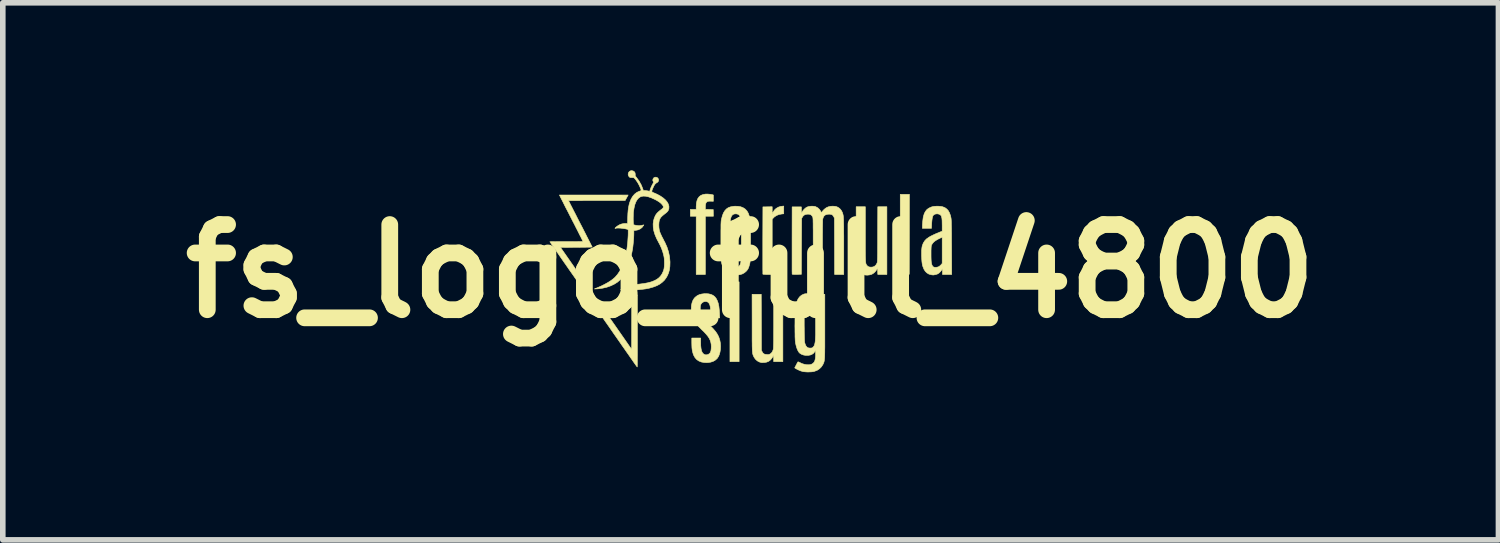
<source format=kicad_pcb>
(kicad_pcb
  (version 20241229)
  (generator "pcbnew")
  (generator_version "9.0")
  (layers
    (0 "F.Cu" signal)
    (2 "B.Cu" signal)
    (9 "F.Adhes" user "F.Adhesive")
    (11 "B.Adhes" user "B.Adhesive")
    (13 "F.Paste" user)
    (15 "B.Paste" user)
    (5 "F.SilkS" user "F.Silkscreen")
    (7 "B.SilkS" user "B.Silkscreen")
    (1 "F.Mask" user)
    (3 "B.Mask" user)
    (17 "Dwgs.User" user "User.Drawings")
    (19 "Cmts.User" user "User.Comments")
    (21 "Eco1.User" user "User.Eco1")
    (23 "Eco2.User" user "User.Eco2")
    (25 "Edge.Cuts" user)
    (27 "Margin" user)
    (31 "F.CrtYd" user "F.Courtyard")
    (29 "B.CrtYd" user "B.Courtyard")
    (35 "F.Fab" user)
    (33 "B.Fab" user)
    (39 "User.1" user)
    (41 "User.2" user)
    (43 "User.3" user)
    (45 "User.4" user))
  (footprint "fs_logo_full_4800"
    (layer "F.Cu")
    (at 10.385 1.804)
    (property "Reference" "fs_logo_full_4800" (at 0 0 0) (layer "F.SilkS") (effects (font (size 1.524 1.524) (thickness 0.3))))
    (attr through_hole)
    (fp_poly (pts (xy -0.206 1.619) (xy -0.37 1.619) (xy -0.37 0.191) (xy -0.206 0.191) (xy -0.206 1.619)) (stroke (width 0.01) (type solid)) (fill yes) (layer "F.SilkS"))
    (fp_poly (pts (xy 2.839 0.056) (xy 2.758 0.057) (xy 2.678 0.058) (xy 2.678 -1.376) (xy 2.842 -1.376) (xy 2.839 0.056)) (stroke (width 0.01) (type solid)) (fill yes) (layer "F.SilkS"))
    (fp_poly (pts (xy -0.74 -1.378) (xy -0.715 -1.375) (xy -0.696 -1.371) (xy -0.692 -1.371) (xy -0.667 -1.364) (xy -0.667 -1.251) (xy -0.711 -1.253) (xy -0.745 -1.253) (xy -0.77 -1.248) (xy -0.788 -1.237) (xy -0.8 -1.219) (xy -0.807 -1.194) (xy -0.81 -1.159) (xy -0.81 -1.151) (xy -0.81 -1.106) (xy -0.74 -1.105) (xy -0.669 -1.103) (xy -0.668 -1.044) (xy -0.666 -0.984) (xy -0.81 -0.984) (xy -0.81 0.058) (xy -0.974 0.058) (xy -0.974 -0.984) (xy -1.079 -0.984) (xy -1.079 -1.106) (xy -0.974 -1.106) (xy -0.974 -1.16) (xy -0.97 -1.216) (xy -0.96 -1.263) (xy -0.944 -1.302) (xy -0.92 -1.334) (xy -0.89 -1.357) (xy -0.852 -1.372) (xy -0.808 -1.38) (xy -0.765 -1.38) (xy -0.74 -1.378)) (stroke (width 0.01) (type solid)) (fill yes) (layer "F.SilkS"))
    (fp_poly (pts (xy 0.593 -1.028) (xy 0.558 -1.024) (xy 0.508 -1.015) (xy 0.464 -0.997) (xy 0.427 -0.973) (xy 0.403 -0.949) (xy 0.386 -0.929) (xy 0.386 0.058) (xy 0.304 0.058) (xy 0.27 0.058) (xy 0.246 0.057) (xy 0.23 0.056) (xy 0.222 0.054) (xy 0.219 0.052) (xy 0.219 0.046) (xy 0.219 0.03) (xy 0.219 0.004) (xy 0.218 -0.029) (xy 0.218 -0.071) (xy 0.218 -0.12) (xy 0.218 -0.175) (xy 0.218 -0.236) (xy 0.218 -0.303) (xy 0.218 -0.374) (xy 0.218 -0.448) (xy 0.218 -0.526) (xy 0.218 -0.553) (xy 0.22 -1.151) (xy 0.303 -1.152) (xy 0.386 -1.154) (xy 0.386 -1.025) (xy 0.402 -1.057) (xy 0.426 -1.094) (xy 0.458 -1.124) (xy 0.496 -1.146) (xy 0.538 -1.16) (xy 0.558 -1.162) (xy 0.593 -1.166) (xy 0.593 -1.028)) (stroke (width 0.01) (type solid)) (fill yes) (layer "F.SilkS"))
    (fp_poly (pts (xy 0.192 0.914) (xy 0.193 1.416) (xy 0.206 1.441) (xy 0.22 1.464) (xy 0.237 1.479) (xy 0.259 1.488) (xy 0.289 1.491) (xy 0.312 1.492) (xy 0.329 1.49) (xy 0.344 1.484) (xy 0.349 1.482) (xy 0.372 1.464) (xy 0.391 1.438) (xy 0.403 1.406) (xy 0.407 1.39) (xy 0.408 1.378) (xy 0.409 1.356) (xy 0.41 1.323) (xy 0.411 1.281) (xy 0.412 1.229) (xy 0.412 1.167) (xy 0.412 1.094) (xy 0.413 1.01) (xy 0.413 0.917) (xy 0.413 0.885) (xy 0.413 0.413) (xy 0.577 0.413) (xy 0.577 1.619) (xy 0.413 1.619) (xy 0.412 1.562) (xy 0.41 1.505) (xy 0.398 1.53) (xy 0.378 1.562) (xy 0.352 1.591) (xy 0.324 1.612) (xy 0.316 1.616) (xy 0.285 1.628) (xy 0.248 1.634) (xy 0.211 1.636) (xy 0.193 1.635) (xy 0.156 1.625) (xy 0.121 1.606) (xy 0.091 1.58) (xy 0.066 1.547) (xy 0.056 1.528) (xy 0.051 1.518) (xy 0.047 1.508) (xy 0.043 1.499) (xy 0.04 1.488) (xy 0.037 1.477) (xy 0.035 1.463) (xy 0.033 1.446) (xy 0.031 1.426) (xy 0.03 1.402) (xy 0.029 1.373) (xy 0.028 1.339) (xy 0.028 1.299) (xy 0.027 1.252) (xy 0.027 1.197) (xy 0.027 1.135) (xy 0.027 1.063) (xy 0.027 0.983) (xy 0.027 0.919) (xy 0.026 0.413) (xy 0.19 0.413) (xy 0.192 0.914)) (stroke (width 0.01) (type solid)) (fill yes) (layer "F.SilkS"))
    (fp_poly (pts (xy 2.053 -0.662) (xy 2.053 -0.577) (xy 2.053 -0.501) (xy 2.053 -0.435) (xy 2.053 -0.377) (xy 2.054 -0.327) (xy 2.054 -0.284) (xy 2.055 -0.249) (xy 2.056 -0.219) (xy 2.057 -0.194) (xy 2.058 -0.174) (xy 2.06 -0.158) (xy 2.062 -0.145) (xy 2.064 -0.135) (xy 2.067 -0.127) (xy 2.07 -0.12) (xy 2.074 -0.114) (xy 2.078 -0.109) (xy 2.079 -0.106) (xy 2.098 -0.087) (xy 2.122 -0.076) (xy 2.152 -0.072) (xy 2.156 -0.072) (xy 2.19 -0.076) (xy 2.218 -0.088) (xy 2.241 -0.109) (xy 2.259 -0.138) (xy 2.264 -0.149) (xy 2.265 -0.154) (xy 2.267 -0.159) (xy 2.268 -0.167) (xy 2.269 -0.177) (xy 2.27 -0.191) (xy 2.27 -0.208) (xy 2.271 -0.23) (xy 2.272 -0.257) (xy 2.272 -0.29) (xy 2.273 -0.329) (xy 2.273 -0.376) (xy 2.273 -0.43) (xy 2.274 -0.493) (xy 2.274 -0.565) (xy 2.274 -0.647) (xy 2.274 -0.663) (xy 2.276 -1.154) (xy 2.439 -1.154) (xy 2.439 0.058) (xy 2.276 0.058) (xy 2.274 -0.001) (xy 2.273 -0.061) (xy 2.26 -0.034) (xy 2.242 -0.006) (xy 2.218 0.021) (xy 2.19 0.043) (xy 2.164 0.057) (xy 2.125 0.067) (xy 2.086 0.071) (xy 2.048 0.068) (xy 2.037 0.066) (xy 1.998 0.05) (xy 1.963 0.025) (xy 1.935 -0.007) (xy 1.918 -0.034) (xy 1.913 -0.044) (xy 1.909 -0.053) (xy 1.906 -0.062) (xy 1.903 -0.072) (xy 1.9 -0.084) (xy 1.898 -0.098) (xy 1.896 -0.114) (xy 1.894 -0.134) (xy 1.893 -0.159) (xy 1.892 -0.188) (xy 1.891 -0.222) (xy 1.89 -0.263) (xy 1.89 -0.311) (xy 1.89 -0.366) (xy 1.889 -0.429) (xy 1.889 -0.501) (xy 1.889 -0.583) (xy 1.889 -0.644) (xy 1.889 -1.154) (xy 2.053 -1.154) (xy 2.053 -0.662)) (stroke (width 0.01) (type solid)) (fill yes) (layer "F.SilkS"))
    (fp_poly (pts (xy -0.754 0.405) (xy -0.711 0.415) (xy -0.675 0.431) (xy -0.643 0.455) (xy -0.618 0.486) (xy -0.597 0.526) (xy -0.58 0.573) (xy -0.568 0.63) (xy -0.561 0.696) (xy -0.557 0.753) (xy -0.554 0.836) (xy -0.713 0.836) (xy -0.716 0.74) (xy -0.717 0.694) (xy -0.72 0.658) (xy -0.724 0.629) (xy -0.73 0.606) (xy -0.737 0.588) (xy -0.747 0.571) (xy -0.749 0.568) (xy -0.768 0.552) (xy -0.791 0.543) (xy -0.817 0.542) (xy -0.842 0.549) (xy -0.866 0.563) (xy -0.875 0.572) (xy -0.886 0.586) (xy -0.894 0.602) (xy -0.899 0.621) (xy -0.901 0.646) (xy -0.902 0.679) (xy -0.902 0.683) (xy -0.9 0.714) (xy -0.895 0.743) (xy -0.887 0.771) (xy -0.874 0.799) (xy -0.856 0.828) (xy -0.833 0.859) (xy -0.803 0.894) (xy -0.765 0.933) (xy -0.736 0.963) (xy -0.692 1.007) (xy -0.657 1.045) (xy -0.627 1.081) (xy -0.604 1.114) (xy -0.585 1.147) (xy -0.569 1.181) (xy -0.557 1.216) (xy -0.55 1.241) (xy -0.541 1.289) (xy -0.538 1.342) (xy -0.54 1.396) (xy -0.548 1.448) (xy -0.562 1.495) (xy -0.574 1.524) (xy -0.598 1.561) (xy -0.63 1.59) (xy -0.669 1.613) (xy -0.715 1.628) (xy -0.766 1.636) (xy -0.823 1.635) (xy -0.833 1.634) (xy -0.883 1.625) (xy -0.927 1.607) (xy -0.965 1.581) (xy -0.996 1.546) (xy -1.02 1.503) (xy -1.027 1.484) (xy -1.037 1.45) (xy -1.045 1.415) (xy -1.05 1.375) (xy -1.052 1.328) (xy -1.053 1.285) (xy -1.053 1.196) (xy -0.894 1.196) (xy -0.894 1.277) (xy -0.893 1.332) (xy -0.888 1.379) (xy -0.881 1.416) (xy -0.87 1.446) (xy -0.855 1.469) (xy -0.837 1.485) (xy -0.837 1.485) (xy -0.813 1.496) (xy -0.786 1.497) (xy -0.76 1.49) (xy -0.737 1.475) (xy -0.729 1.467) (xy -0.717 1.446) (xy -0.709 1.418) (xy -0.705 1.381) (xy -0.704 1.35) (xy -0.706 1.309) (xy -0.713 1.271) (xy -0.725 1.234) (xy -0.743 1.198) (xy -0.768 1.161) (xy -0.801 1.122) (xy -0.841 1.079) (xy -0.873 1.049) (xy -0.925 0.996) (xy -0.968 0.946) (xy -1.003 0.898) (xy -1.029 0.85) (xy -1.047 0.801) (xy -1.058 0.751) (xy -1.063 0.697) (xy -1.063 0.68) (xy -1.06 0.619) (xy -1.049 0.566) (xy -1.032 0.521) (xy -1.008 0.483) (xy -0.989 0.464) (xy -0.956 0.438) (xy -0.919 0.42) (xy -0.878 0.409) (xy -0.831 0.403) (xy -0.802 0.402) (xy -0.754 0.405)) (stroke (width 0.01) (type solid)) (fill yes) (layer "F.SilkS"))
    (fp_poly (pts (xy 1.51 -1.161) (xy 1.544 -1.153) (xy 1.576 -1.136) (xy 1.605 -1.111) (xy 1.628 -1.08) (xy 1.64 -1.055) (xy 1.645 -1.044) (xy 1.648 -1.033) (xy 1.652 -1.022) (xy 1.654 -1.01) (xy 1.657 -0.997) (xy 1.659 -0.981) (xy 1.661 -0.962) (xy 1.662 -0.94) (xy 1.664 -0.914) (xy 1.664 -0.883) (xy 1.665 -0.846) (xy 1.666 -0.803) (xy 1.666 -0.752) (xy 1.666 -0.694) (xy 1.667 -0.628) (xy 1.667 -0.553) (xy 1.667 -0.468) (xy 1.667 -0.443) (xy 1.667 0.058) (xy 1.503 0.058) (xy 1.502 -0.446) (xy 1.5 -0.95) (xy 1.488 -0.975) (xy 1.474 -0.996) (xy 1.458 -1.011) (xy 1.436 -1.018) (xy 1.407 -1.021) (xy 1.402 -1.021) (xy 1.365 -1.017) (xy 1.336 -1.006) (xy 1.314 -0.987) (xy 1.299 -0.96) (xy 1.292 -0.936) (xy 1.29 -0.925) (xy 1.289 -0.905) (xy 1.289 -0.874) (xy 1.288 -0.833) (xy 1.287 -0.781) (xy 1.287 -0.719) (xy 1.286 -0.647) (xy 1.286 -0.565) (xy 1.286 -0.472) (xy 1.286 -0.426) (xy 1.286 0.058) (xy 1.122 0.058) (xy 1.121 -0.448) (xy 1.12 -0.533) (xy 1.12 -0.608) (xy 1.12 -0.673) (xy 1.12 -0.73) (xy 1.119 -0.778) (xy 1.119 -0.82) (xy 1.119 -0.854) (xy 1.118 -0.883) (xy 1.118 -0.906) (xy 1.117 -0.925) (xy 1.116 -0.939) (xy 1.115 -0.95) (xy 1.114 -0.959) (xy 1.113 -0.965) (xy 1.111 -0.97) (xy 1.11 -0.973) (xy 1.108 -0.976) (xy 1.093 -0.998) (xy 1.074 -1.012) (xy 1.05 -1.02) (xy 1.025 -1.021) (xy 0.99 -1.018) (xy 0.963 -1.007) (xy 0.94 -0.988) (xy 0.928 -0.97) (xy 0.913 -0.945) (xy 0.91 -0.445) (xy 0.908 0.056) (xy 0.827 0.057) (xy 0.794 0.057) (xy 0.77 0.057) (xy 0.755 0.056) (xy 0.746 0.054) (xy 0.743 0.052) (xy 0.743 0.046) (xy 0.743 0.03) (xy 0.742 0.004) (xy 0.742 -0.029) (xy 0.742 -0.071) (xy 0.742 -0.12) (xy 0.742 -0.175) (xy 0.742 -0.236) (xy 0.742 -0.303) (xy 0.742 -0.374) (xy 0.742 -0.448) (xy 0.742 -0.526) (xy 0.742 -0.553) (xy 0.743 -1.151) (xy 0.908 -1.151) (xy 0.909 -1.093) (xy 0.911 -1.035) (xy 0.923 -1.061) (xy 0.94 -1.088) (xy 0.964 -1.114) (xy 0.991 -1.137) (xy 1.013 -1.149) (xy 1.044 -1.158) (xy 1.079 -1.163) (xy 1.116 -1.163) (xy 1.15 -1.159) (xy 1.165 -1.154) (xy 1.201 -1.135) (xy 1.231 -1.107) (xy 1.253 -1.075) (xy 1.269 -1.047) (xy 1.28 -1.065) (xy 1.295 -1.084) (xy 1.315 -1.105) (xy 1.338 -1.124) (xy 1.355 -1.136) (xy 1.388 -1.151) (xy 1.428 -1.161) (xy 1.469 -1.164) (xy 1.51 -1.161)) (stroke (width 0.01) (type solid)) (fill yes) (layer "F.SilkS"))
    (fp_poly (pts (xy 3.362 -1.163) (xy 3.398 -1.16) (xy 3.429 -1.155) (xy 3.443 -1.151) (xy 3.481 -1.135) (xy 3.512 -1.112) (xy 3.539 -1.082) (xy 3.56 -1.043) (xy 3.577 -0.996) (xy 3.586 -0.956) (xy 3.587 -0.948) (xy 3.589 -0.938) (xy 3.59 -0.925) (xy 3.591 -0.91) (xy 3.592 -0.891) (xy 3.593 -0.868) (xy 3.593 -0.84) (xy 3.594 -0.806) (xy 3.595 -0.766) (xy 3.595 -0.719) (xy 3.596 -0.664) (xy 3.596 -0.601) (xy 3.596 -0.528) (xy 3.597 -0.446) (xy 3.597 -0.427) (xy 3.599 0.058) (xy 3.434 0.058) (xy 3.434 -0.045) (xy 3.423 -0.026) (xy 3.408 -0.005) (xy 3.389 0.016) (xy 3.369 0.035) (xy 3.35 0.047) (xy 3.349 0.048) (xy 3.333 0.054) (xy 3.313 0.06) (xy 3.3 0.063) (xy 3.282 0.066) (xy 3.27 0.068) (xy 3.259 0.067) (xy 3.246 0.066) (xy 3.231 0.063) (xy 3.191 0.052) (xy 3.156 0.031) (xy 3.126 0.002) (xy 3.102 -0.036) (xy 3.083 -0.084) (xy 3.077 -0.103) (xy 3.071 -0.133) (xy 3.066 -0.171) (xy 3.063 -0.213) (xy 3.061 -0.258) (xy 3.06 -0.269) (xy 3.229 -0.269) (xy 3.23 -0.22) (xy 3.232 -0.179) (xy 3.236 -0.147) (xy 3.242 -0.121) (xy 3.25 -0.102) (xy 3.26 -0.087) (xy 3.271 -0.077) (xy 3.287 -0.071) (xy 3.308 -0.069) (xy 3.332 -0.071) (xy 3.355 -0.076) (xy 3.363 -0.079) (xy 3.378 -0.088) (xy 3.396 -0.103) (xy 3.407 -0.114) (xy 3.429 -0.139) (xy 3.429 -0.608) (xy 3.395 -0.593) (xy 3.348 -0.57) (xy 3.31 -0.547) (xy 3.281 -0.525) (xy 3.258 -0.5) (xy 3.243 -0.476) (xy 3.239 -0.468) (xy 3.236 -0.46) (xy 3.234 -0.45) (xy 3.232 -0.438) (xy 3.231 -0.42) (xy 3.23 -0.397) (xy 3.229 -0.365) (xy 3.229 -0.327) (xy 3.229 -0.269) (xy 3.06 -0.269) (xy 3.06 -0.303) (xy 3.06 -0.348) (xy 3.062 -0.388) (xy 3.066 -0.423) (xy 3.071 -0.45) (xy 3.072 -0.455) (xy 3.09 -0.502) (xy 3.114 -0.541) (xy 3.145 -0.575) (xy 3.186 -0.604) (xy 3.188 -0.606) (xy 3.224 -0.627) (xy 3.269 -0.649) (xy 3.319 -0.672) (xy 3.374 -0.694) (xy 3.377 -0.696) (xy 3.429 -0.716) (xy 3.429 -0.814) (xy 3.428 -0.867) (xy 3.427 -0.909) (xy 3.424 -0.943) (xy 3.419 -0.968) (xy 3.413 -0.987) (xy 3.409 -0.995) (xy 3.391 -1.012) (xy 3.368 -1.022) (xy 3.342 -1.027) (xy 3.316 -1.025) (xy 3.292 -1.018) (xy 3.273 -1.004) (xy 3.263 -0.991) (xy 3.256 -0.972) (xy 3.25 -0.944) (xy 3.245 -0.907) (xy 3.241 -0.861) (xy 3.24 -0.841) (xy 3.237 -0.767) (xy 3.074 -0.767) (xy 3.075 -0.798) (xy 3.075 -0.827) (xy 3.078 -0.861) (xy 3.081 -0.897) (xy 3.085 -0.932) (xy 3.089 -0.962) (xy 3.094 -0.984) (xy 3.109 -1.033) (xy 3.131 -1.073) (xy 3.158 -1.106) (xy 3.193 -1.13) (xy 3.235 -1.149) (xy 3.264 -1.157) (xy 3.291 -1.161) (xy 3.326 -1.163) (xy 3.362 -1.163)) (stroke (width 0.01) (type solid)) (fill yes) (layer "F.SilkS"))
    (fp_poly (pts (xy -0.228 -1.162) (xy -0.177 -1.153) (xy -0.134 -1.136) (xy -0.097 -1.112) (xy -0.066 -1.079) (xy -0.042 -1.038) (xy -0.024 -0.988) (xy -0.022 -0.978) (xy -0.017 -0.96) (xy -0.013 -0.942) (xy -0.01 -0.923) (xy -0.007 -0.902) (xy -0.005 -0.879) (xy -0.004 -0.852) (xy -0.002 -0.821) (xy -0.001 -0.784) (xy -0.001 -0.741) (xy -0.001 -0.691) (xy -0.001 -0.633) (xy -0.001 -0.566) (xy -0.001 -0.511) (xy -0.002 -0.444) (xy -0.002 -0.386) (xy -0.003 -0.338) (xy -0.003 -0.297) (xy -0.004 -0.263) (xy -0.005 -0.236) (xy -0.005 -0.213) (xy -0.006 -0.195) (xy -0.008 -0.18) (xy -0.009 -0.168) (xy -0.011 -0.157) (xy -0.013 -0.146) (xy -0.014 -0.14) (xy -0.025 -0.099) (xy -0.035 -0.067) (xy -0.047 -0.041) (xy -0.062 -0.019) (xy -0.074 -0.004) (xy -0.108 0.026) (xy -0.146 0.048) (xy -0.186 0.061) (xy -0.214 0.065) (xy -0.248 0.068) (xy -0.283 0.068) (xy -0.316 0.066) (xy -0.344 0.062) (xy -0.348 0.061) (xy -0.39 0.046) (xy -0.426 0.025) (xy -0.456 -0.001) (xy -0.48 -0.035) (xy -0.499 -0.076) (xy -0.514 -0.127) (xy -0.522 -0.161) (xy -0.524 -0.173) (xy -0.526 -0.185) (xy -0.527 -0.198) (xy -0.528 -0.213) (xy -0.529 -0.232) (xy -0.53 -0.254) (xy -0.531 -0.281) (xy -0.531 -0.314) (xy -0.531 -0.354) (xy -0.532 -0.401) (xy -0.532 -0.439) (xy -0.37 -0.439) (xy -0.369 -0.376) (xy -0.369 -0.322) (xy -0.368 -0.276) (xy -0.366 -0.236) (xy -0.363 -0.203) (xy -0.36 -0.175) (xy -0.356 -0.152) (xy -0.351 -0.134) (xy -0.345 -0.119) (xy -0.338 -0.106) (xy -0.33 -0.096) (xy -0.321 -0.086) (xy -0.32 -0.085) (xy -0.308 -0.076) (xy -0.297 -0.071) (xy -0.282 -0.069) (xy -0.268 -0.069) (xy -0.242 -0.071) (xy -0.223 -0.077) (xy -0.218 -0.079) (xy -0.201 -0.096) (xy -0.186 -0.121) (xy -0.176 -0.157) (xy -0.174 -0.167) (xy -0.172 -0.181) (xy -0.171 -0.203) (xy -0.17 -0.234) (xy -0.169 -0.272) (xy -0.168 -0.316) (xy -0.167 -0.365) (xy -0.167 -0.417) (xy -0.166 -0.473) (xy -0.166 -0.529) (xy -0.166 -0.586) (xy -0.166 -0.643) (xy -0.167 -0.697) (xy -0.167 -0.748) (xy -0.168 -0.796) (xy -0.169 -0.837) (xy -0.17 -0.873) (xy -0.171 -0.901) (xy -0.172 -0.92) (xy -0.173 -0.928) (xy -0.184 -0.966) (xy -0.197 -0.994) (xy -0.215 -1.013) (xy -0.238 -1.023) (xy -0.264 -1.027) (xy -0.293 -1.024) (xy -0.316 -1.015) (xy -0.334 -0.998) (xy -0.348 -0.973) (xy -0.358 -0.942) (xy -0.36 -0.933) (xy -0.361 -0.923) (xy -0.363 -0.911) (xy -0.364 -0.895) (xy -0.365 -0.875) (xy -0.366 -0.85) (xy -0.367 -0.819) (xy -0.367 -0.781) (xy -0.368 -0.736) (xy -0.368 -0.682) (xy -0.369 -0.619) (xy -0.369 -0.593) (xy -0.369 -0.511) (xy -0.37 -0.439) (xy -0.532 -0.439) (xy -0.532 -0.456) (xy -0.532 -0.521) (xy -0.532 -0.55) (xy -0.532 -0.618) (xy -0.532 -0.677) (xy -0.532 -0.727) (xy -0.531 -0.768) (xy -0.531 -0.803) (xy -0.531 -0.831) (xy -0.53 -0.855) (xy -0.529 -0.874) (xy -0.528 -0.889) (xy -0.527 -0.902) (xy -0.525 -0.913) (xy -0.523 -0.923) (xy -0.521 -0.934) (xy -0.52 -0.937) (xy -0.505 -0.994) (xy -0.486 -1.043) (xy -0.462 -1.082) (xy -0.434 -1.113) (xy -0.401 -1.136) (xy -0.362 -1.151) (xy -0.316 -1.16) (xy -0.286 -1.163) (xy -0.228 -1.162)) (stroke (width 0.01) (type solid)) (fill yes) (layer "F.SilkS"))
    (fp_poly (pts (xy -3.138 -1.364) (xy -3.071 -1.364) (xy -3 -1.364) (xy -2.926 -1.364) (xy -2.847 -1.364) (xy -2.806 -1.364) (xy -2.192 -1.363) (xy -2.246 -1.265) (xy -2.753 -1.265) (xy -2.825 -1.265) (xy -2.894 -1.265) (xy -2.96 -1.265) (xy -3.021 -1.264) (xy -3.076 -1.264) (xy -3.126 -1.264) (xy -3.169 -1.264) (xy -3.204 -1.264) (xy -3.232 -1.264) (xy -3.25 -1.264) (xy -3.259 -1.263) (xy -3.26 -1.263) (xy -3.257 -1.258) (xy -3.25 -1.245) (xy -3.239 -1.223) (xy -3.225 -1.194) (xy -3.206 -1.158) (xy -3.185 -1.117) (xy -3.161 -1.07) (xy -3.134 -1.018) (xy -3.106 -0.962) (xy -3.076 -0.903) (xy -3.048 -0.849) (xy -3.016 -0.788) (xy -2.986 -0.729) (xy -2.958 -0.674) (xy -2.932 -0.622) (xy -2.908 -0.575) (xy -2.887 -0.534) (xy -2.869 -0.499) (xy -2.855 -0.471) (xy -2.844 -0.45) (xy -2.838 -0.437) (xy -2.836 -0.433) (xy -2.841 -0.432) (xy -2.856 -0.431) (xy -2.88 -0.43) (xy -2.911 -0.43) (xy -2.948 -0.429) (xy -2.992 -0.428) (xy -3.04 -0.428) (xy -3.092 -0.427) (xy -3.12 -0.427) (xy -3.403 -0.426) (xy -2.766 0.487) (xy -2.13 1.399) (xy -2.129 0.911) (xy -2.127 0.423) (xy -2.027 0.423) (xy -2.027 1.069) (xy -2.027 1.151) (xy -2.027 1.229) (xy -2.027 1.304) (xy -2.027 1.375) (xy -2.027 1.441) (xy -2.027 1.502) (xy -2.028 1.556) (xy -2.028 1.603) (xy -2.028 1.643) (xy -2.028 1.674) (xy -2.029 1.697) (xy -2.029 1.711) (xy -2.029 1.714) (xy -2.033 1.711) (xy -2.041 1.7) (xy -2.052 1.685) (xy -2.055 1.681) (xy -2.064 1.669) (xy -2.078 1.649) (xy -2.097 1.622) (xy -2.121 1.587) (xy -2.15 1.546) (xy -2.182 1.499) (xy -2.219 1.447) (xy -2.259 1.389) (xy -2.303 1.327) (xy -2.349 1.26) (xy -2.398 1.19) (xy -2.45 1.116) (xy -2.503 1.039) (xy -2.558 0.96) (xy -2.615 0.879) (xy -2.672 0.796) (xy -2.731 0.712) (xy -2.79 0.628) (xy -2.849 0.543) (xy -2.908 0.458) (xy -2.967 0.374) (xy -3.024 0.291) (xy -3.081 0.21) (xy -3.136 0.13) (xy -3.19 0.053) (xy -3.242 -0.021) (xy -3.291 -0.092) (xy -3.338 -0.159) (xy -3.382 -0.222) (xy -3.422 -0.28) (xy -3.459 -0.334) (xy -3.492 -0.381) (xy -3.521 -0.423) (xy -3.546 -0.458) (xy -3.566 -0.487) (xy -3.58 -0.508) (xy -3.589 -0.521) (xy -3.593 -0.527) (xy -3.593 -0.527) (xy -3.588 -0.527) (xy -3.573 -0.528) (xy -3.55 -0.528) (xy -3.518 -0.528) (xy -3.48 -0.529) (xy -3.437 -0.529) (xy -3.388 -0.529) (xy -3.335 -0.529) (xy -3.297 -0.529) (xy -3.242 -0.529) (xy -3.19 -0.529) (xy -3.143 -0.53) (xy -3.101 -0.53) (xy -3.065 -0.531) (xy -3.036 -0.531) (xy -3.015 -0.532) (xy -3.003 -0.533) (xy -3 -0.533) (xy -3.003 -0.539) (xy -3.01 -0.553) (xy -3.021 -0.575) (xy -3.035 -0.604) (xy -3.054 -0.64) (xy -3.075 -0.682) (xy -3.099 -0.73) (xy -3.126 -0.782) (xy -3.154 -0.838) (xy -3.185 -0.897) (xy -3.212 -0.95) (xy -3.243 -1.011) (xy -3.273 -1.07) (xy -3.302 -1.125) (xy -3.328 -1.176) (xy -3.351 -1.223) (xy -3.372 -1.264) (xy -3.39 -1.299) (xy -3.404 -1.327) (xy -3.414 -1.347) (xy -3.42 -1.36) (xy -3.422 -1.364) (xy -3.416 -1.364) (xy -3.401 -1.364) (xy -3.376 -1.364) (xy -3.343 -1.364) (xy -3.302 -1.364) (xy -3.254 -1.364) (xy -3.199 -1.364) (xy -3.138 -1.364)) (stroke (width 0.01) (type solid)) (fill yes) (layer "F.SilkS"))
    (fp_poly (pts (xy 1.024 0.403) (xy 1.063 0.408) (xy 1.095 0.418) (xy 1.12 0.435) (xy 1.141 0.459) (xy 1.153 0.479) (xy 1.164 0.5) (xy 1.164 0.456) (xy 1.164 0.413) (xy 1.328 0.413) (xy 1.328 0.981) (xy 1.328 1.075) (xy 1.328 1.159) (xy 1.328 1.234) (xy 1.328 1.299) (xy 1.328 1.357) (xy 1.327 1.408) (xy 1.327 1.451) (xy 1.326 1.489) (xy 1.325 1.52) (xy 1.324 1.547) (xy 1.322 1.57) (xy 1.32 1.588) (xy 1.318 1.604) (xy 1.315 1.617) (xy 1.312 1.629) (xy 1.308 1.639) (xy 1.304 1.649) (xy 1.3 1.659) (xy 1.294 1.669) (xy 1.294 1.67) (xy 1.268 1.711) (xy 1.234 1.745) (xy 1.194 1.772) (xy 1.146 1.791) (xy 1.123 1.797) (xy 1.095 1.801) (xy 1.06 1.803) (xy 1.022 1.804) (xy 0.985 1.802) (xy 0.953 1.799) (xy 0.939 1.797) (xy 0.894 1.784) (xy 0.85 1.765) (xy 0.815 1.747) (xy 0.789 1.73) (xy 0.816 1.678) (xy 0.827 1.657) (xy 0.837 1.639) (xy 0.844 1.627) (xy 0.847 1.623) (xy 0.853 1.623) (xy 0.865 1.627) (xy 0.879 1.634) (xy 0.918 1.653) (xy 0.96 1.666) (xy 1.001 1.674) (xy 1.04 1.675) (xy 1.064 1.673) (xy 1.095 1.663) (xy 1.119 1.647) (xy 1.138 1.626) (xy 1.151 1.597) (xy 1.159 1.56) (xy 1.163 1.515) (xy 1.163 1.481) (xy 1.162 1.416) (xy 1.15 1.437) (xy 1.129 1.466) (xy 1.1 1.487) (xy 1.069 1.5) (xy 1.029 1.507) (xy 0.989 1.507) (xy 0.95 1.501) (xy 0.915 1.489) (xy 0.885 1.472) (xy 0.864 1.451) (xy 0.845 1.419) (xy 0.828 1.379) (xy 0.814 1.332) (xy 0.803 1.282) (xy 0.8 1.257) (xy 0.798 1.237) (xy 0.797 1.209) (xy 0.795 1.173) (xy 0.795 1.13) (xy 0.794 1.083) (xy 0.794 1.033) (xy 0.793 0.98) (xy 0.794 0.927) (xy 0.794 0.875) (xy 0.794 0.869) (xy 0.959 0.869) (xy 0.959 0.919) (xy 0.959 0.97) (xy 0.96 1.022) (xy 0.96 1.072) (xy 0.961 1.119) (xy 0.962 1.163) (xy 0.963 1.201) (xy 0.964 1.234) (xy 0.966 1.258) (xy 0.967 1.274) (xy 0.968 1.278) (xy 0.978 1.311) (xy 0.992 1.339) (xy 1.009 1.359) (xy 1.015 1.364) (xy 1.03 1.371) (xy 1.046 1.375) (xy 1.068 1.376) (xy 1.087 1.375) (xy 1.099 1.373) (xy 1.109 1.368) (xy 1.119 1.358) (xy 1.128 1.348) (xy 1.136 1.336) (xy 1.143 1.32) (xy 1.148 1.302) (xy 1.153 1.279) (xy 1.157 1.251) (xy 1.159 1.217) (xy 1.161 1.177) (xy 1.163 1.129) (xy 1.163 1.074) (xy 1.163 1.009) (xy 1.163 0.935) (xy 1.163 0.91) (xy 1.162 0.848) (xy 1.161 0.795) (xy 1.161 0.751) (xy 1.16 0.716) (xy 1.159 0.687) (xy 1.158 0.664) (xy 1.156 0.647) (xy 1.155 0.634) (xy 1.153 0.625) (xy 1.153 0.624) (xy 1.142 0.591) (xy 1.128 0.567) (xy 1.112 0.551) (xy 1.09 0.543) (xy 1.063 0.54) (xy 1.061 0.54) (xy 1.032 0.543) (xy 1.009 0.553) (xy 0.991 0.571) (xy 0.977 0.597) (xy 0.967 0.633) (xy 0.963 0.662) (xy 0.961 0.679) (xy 0.96 0.705) (xy 0.96 0.738) (xy 0.959 0.777) (xy 0.959 0.821) (xy 0.959 0.869) (xy 0.794 0.869) (xy 0.795 0.825) (xy 0.795 0.778) (xy 0.797 0.736) (xy 0.798 0.7) (xy 0.799 0.672) (xy 0.801 0.653) (xy 0.801 0.651) (xy 0.814 0.589) (xy 0.831 0.536) (xy 0.852 0.492) (xy 0.879 0.457) (xy 0.911 0.43) (xy 0.945 0.413) (xy 0.963 0.407) (xy 0.98 0.404) (xy 1 0.403) (xy 1.024 0.403)) (stroke (width 0.01) (type solid)) (fill yes) (layer "F.SilkS"))
    (fp_poly (pts (xy -2.105 -1.795) (xy -2.084 -1.783) (xy -2.07 -1.764) (xy -2.065 -1.74) (xy -2.065 -1.728) (xy -2.066 -1.715) (xy -2.063 -1.705) (xy -2.055 -1.693) (xy -2.045 -1.68) (xy -1.998 -1.616) (xy -1.959 -1.547) (xy -1.934 -1.486) (xy -1.92 -1.445) (xy -1.9 -1.445) (xy -1.882 -1.443) (xy -1.858 -1.44) (xy -1.834 -1.436) (xy -1.815 -1.431) (xy -1.814 -1.431) (xy -1.806 -1.432) (xy -1.804 -1.436) (xy -1.802 -1.447) (xy -1.796 -1.465) (xy -1.788 -1.487) (xy -1.778 -1.511) (xy -1.767 -1.534) (xy -1.757 -1.554) (xy -1.754 -1.559) (xy -1.744 -1.576) (xy -1.739 -1.586) (xy -1.739 -1.594) (xy -1.742 -1.601) (xy -1.743 -1.604) (xy -1.751 -1.624) (xy -1.749 -1.644) (xy -1.744 -1.656) (xy -1.731 -1.673) (xy -1.714 -1.681) (xy -1.697 -1.683) (xy -1.676 -1.678) (xy -1.659 -1.665) (xy -1.649 -1.646) (xy -1.648 -1.643) (xy -1.648 -1.619) (xy -1.657 -1.6) (xy -1.676 -1.585) (xy -1.681 -1.583) (xy -1.696 -1.573) (xy -1.71 -1.559) (xy -1.724 -1.539) (xy -1.738 -1.512) (xy -1.75 -1.486) (xy -1.761 -1.459) (xy -1.767 -1.441) (xy -1.768 -1.428) (xy -1.764 -1.419) (xy -1.754 -1.412) (xy -1.738 -1.405) (xy -1.733 -1.403) (xy -1.669 -1.375) (xy -1.613 -1.344) (xy -1.565 -1.311) (xy -1.525 -1.276) (xy -1.495 -1.24) (xy -1.474 -1.203) (xy -1.463 -1.166) (xy -1.462 -1.156) (xy -1.463 -1.12) (xy -1.474 -1.088) (xy -1.485 -1.072) (xy -1.494 -1.062) (xy -1.509 -1.048) (xy -1.529 -1.032) (xy -1.546 -1.019) (xy -1.58 -0.991) (xy -1.605 -0.966) (xy -1.622 -0.94) (xy -1.634 -0.911) (xy -1.64 -0.877) (xy -1.643 -0.835) (xy -1.643 -0.82) (xy -1.641 -0.78) (xy -1.636 -0.744) (xy -1.628 -0.709) (xy -1.614 -0.674) (xy -1.595 -0.633) (xy -1.591 -0.624) (xy -1.579 -0.601) (xy -1.564 -0.573) (xy -1.549 -0.542) (xy -1.535 -0.517) (xy -1.497 -0.432) (xy -1.469 -0.345) (xy -1.451 -0.258) (xy -1.443 -0.17) (xy -1.443 -0.153) (xy -1.445 -0.086) (xy -1.453 -0.026) (xy -1.468 0.029) (xy -1.489 0.079) (xy -1.511 0.117) (xy -1.543 0.161) (xy -1.582 0.198) (xy -1.626 0.231) (xy -1.678 0.259) (xy -1.738 0.282) (xy -1.807 0.302) (xy -1.823 0.306) (xy -1.875 0.316) (xy -1.936 0.324) (xy -2.002 0.331) (xy -2.073 0.335) (xy -2.146 0.336) (xy -2.218 0.336) (xy -2.26 0.334) (xy -2.326 0.331) (xy -2.291 0.311) (xy -2.241 0.288) (xy -2.181 0.267) (xy -2.112 0.25) (xy -2.034 0.236) (xy -1.984 0.23) (xy -1.906 0.22) (xy -1.838 0.207) (xy -1.778 0.191) (xy -1.727 0.171) (xy -1.683 0.149) (xy -1.646 0.122) (xy -1.615 0.091) (xy -1.59 0.056) (xy -1.581 0.039) (xy -1.567 0.009) (xy -1.556 -0.02) (xy -1.549 -0.05) (xy -1.545 -0.085) (xy -1.543 -0.126) (xy -1.543 -0.151) (xy -1.544 -0.186) (xy -1.545 -0.214) (xy -1.547 -0.238) (xy -1.551 -0.262) (xy -1.557 -0.289) (xy -1.557 -0.289) (xy -1.574 -0.351) (xy -1.597 -0.414) (xy -1.624 -0.473) (xy -1.642 -0.507) (xy -1.682 -0.583) (xy -1.712 -0.654) (xy -1.733 -0.722) (xy -1.743 -0.786) (xy -1.745 -0.847) (xy -1.737 -0.906) (xy -1.726 -0.945) (xy -1.714 -0.975) (xy -1.702 -1.001) (xy -1.686 -1.025) (xy -1.667 -1.047) (xy -1.642 -1.07) (xy -1.61 -1.096) (xy -1.587 -1.113) (xy -1.57 -1.129) (xy -1.562 -1.145) (xy -1.564 -1.162) (xy -1.576 -1.183) (xy -1.577 -1.184) (xy -1.602 -1.212) (xy -1.637 -1.24) (xy -1.682 -1.268) (xy -1.717 -1.286) (xy -1.777 -1.313) (xy -1.832 -1.332) (xy -1.88 -1.342) (xy -1.922 -1.344) (xy -1.958 -1.337) (xy -1.971 -1.332) (xy -2.003 -1.311) (xy -2.03 -1.281) (xy -2.053 -1.241) (xy -2.072 -1.192) (xy -2.086 -1.132) (xy -2.095 -1.074) (xy -2.098 -1.05) (xy -2.099 -1.021) (xy -2.1 -0.989) (xy -2.101 -0.956) (xy -2.101 -0.923) (xy -2.1 -0.893) (xy -2.099 -0.867) (xy -2.097 -0.847) (xy -2.095 -0.836) (xy -2.094 -0.835) (xy -2.086 -0.829) (xy -2.071 -0.825) (xy -2.046 -0.82) (xy -2.036 -0.819) (xy -2.01 -0.816) (xy -1.989 -0.816) (xy -1.971 -0.817) (xy -1.95 -0.82) (xy -1.948 -0.821) (xy -1.911 -0.829) (xy -1.92 -0.814) (xy -1.944 -0.782) (xy -1.975 -0.758) (xy -2.013 -0.74) (xy -2.054 -0.732) (xy -2.056 -0.732) (xy -2.09 -0.729) (xy -2.09 -0.67) (xy -2.091 -0.633) (xy -2.093 -0.589) (xy -2.097 -0.54) (xy -2.102 -0.49) (xy -2.107 -0.443) (xy -2.113 -0.399) (xy -2.114 -0.393) (xy -2.132 -0.298) (xy -2.154 -0.208) (xy -2.179 -0.125) (xy -2.208 -0.049) (xy -2.24 0.019) (xy -2.275 0.079) (xy -2.312 0.129) (xy -2.337 0.156) (xy -2.385 0.197) (xy -2.441 0.232) (xy -2.504 0.262) (xy -2.572 0.286) (xy -2.644 0.303) (xy -2.718 0.314) (xy -2.743 0.316) (xy -2.797 0.318) (xy -2.744 0.296) (xy -2.677 0.267) (xy -2.613 0.235) (xy -2.555 0.203) (xy -2.503 0.17) (xy -2.459 0.137) (xy -2.427 0.109) (xy -2.384 0.06) (xy -2.344 0.001) (xy -2.309 -0.067) (xy -2.278 -0.142) (xy -2.251 -0.226) (xy -2.229 -0.316) (xy -2.212 -0.413) (xy -2.2 -0.515) (xy -2.193 -0.623) (xy -2.192 -0.638) (xy -2.191 -0.675) (xy -2.191 -0.701) (xy -2.191 -0.721) (xy -2.191 -0.733) (xy -2.193 -0.741) (xy -2.195 -0.746) (xy -2.198 -0.748) (xy -2.199 -0.748) (xy -2.229 -0.756) (xy -2.262 -0.762) (xy -2.298 -0.767) (xy -2.333 -0.771) (xy -2.365 -0.772) (xy -2.392 -0.772) (xy -2.412 -0.769) (xy -2.415 -0.767) (xy -2.425 -0.765) (xy -2.428 -0.767) (xy -2.424 -0.774) (xy -2.415 -0.783) (xy -2.403 -0.794) (xy -2.387 -0.806) (xy -2.369 -0.818) (xy -2.351 -0.828) (xy -2.346 -0.831) (xy -2.316 -0.843) (xy -2.281 -0.851) (xy -2.248 -0.854) (xy -2.224 -0.854) (xy -2.203 -0.851) (xy -2.2 -0.964) (xy -2.197 -1.034) (xy -2.192 -1.094) (xy -2.184 -1.148) (xy -2.174 -1.196) (xy -2.161 -1.239) (xy -2.144 -1.28) (xy -2.138 -1.294) (xy -2.109 -1.342) (xy -2.075 -1.381) (xy -2.037 -1.41) (xy -1.993 -1.431) (xy -1.987 -1.432) (xy -1.974 -1.437) (xy -1.965 -1.441) (xy -1.961 -1.447) (xy -1.961 -1.457) (xy -1.966 -1.472) (xy -1.975 -1.494) (xy -1.982 -1.51) (xy -2.001 -1.55) (xy -2.024 -1.59) (xy -2.049 -1.626) (xy -2.068 -1.651) (xy -2.08 -1.664) (xy -2.089 -1.671) (xy -2.099 -1.674) (xy -2.115 -1.675) (xy -2.123 -1.675) (xy -2.144 -1.675) (xy -2.157 -1.678) (xy -2.167 -1.683) (xy -2.172 -1.688) (xy -2.186 -1.707) (xy -2.192 -1.729) (xy -2.19 -1.751) (xy -2.182 -1.771) (xy -2.167 -1.787) (xy -2.148 -1.797) (xy -2.132 -1.799) (xy -2.105 -1.795)) (stroke (width 0.01) (type solid)) (fill yes) (layer "F.SilkS")))
  (gr_rect
    (start -3 -3)
    (end 23.77 6.613)
    (stroke (width 0.1) (type default))
    (fill no)
    (layer "Edge.Cuts")))
</source>
